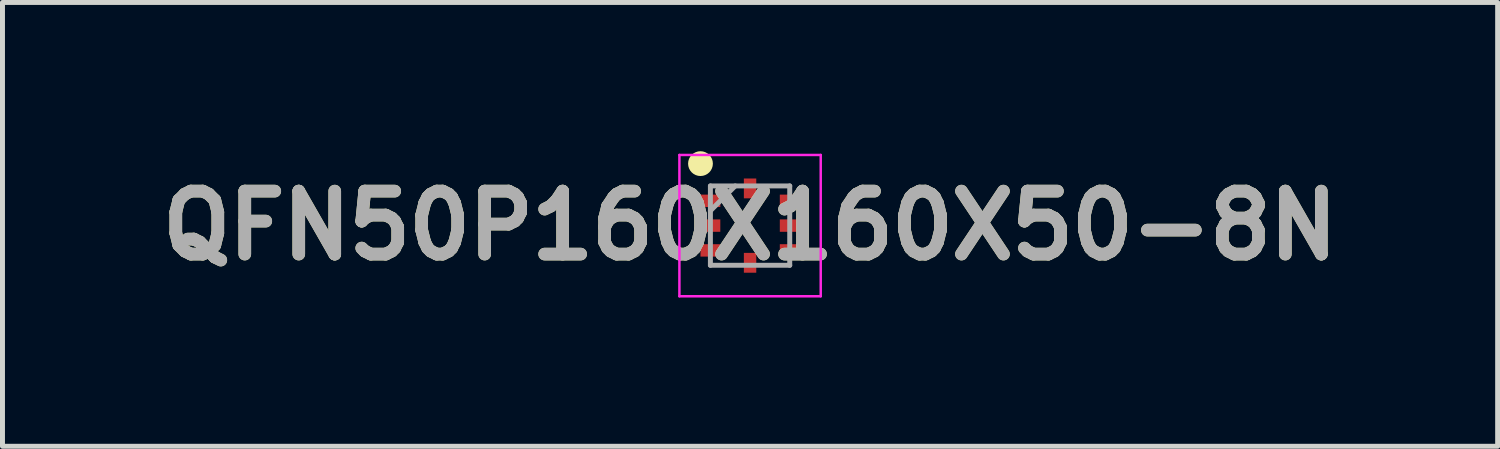
<source format=kicad_pcb>
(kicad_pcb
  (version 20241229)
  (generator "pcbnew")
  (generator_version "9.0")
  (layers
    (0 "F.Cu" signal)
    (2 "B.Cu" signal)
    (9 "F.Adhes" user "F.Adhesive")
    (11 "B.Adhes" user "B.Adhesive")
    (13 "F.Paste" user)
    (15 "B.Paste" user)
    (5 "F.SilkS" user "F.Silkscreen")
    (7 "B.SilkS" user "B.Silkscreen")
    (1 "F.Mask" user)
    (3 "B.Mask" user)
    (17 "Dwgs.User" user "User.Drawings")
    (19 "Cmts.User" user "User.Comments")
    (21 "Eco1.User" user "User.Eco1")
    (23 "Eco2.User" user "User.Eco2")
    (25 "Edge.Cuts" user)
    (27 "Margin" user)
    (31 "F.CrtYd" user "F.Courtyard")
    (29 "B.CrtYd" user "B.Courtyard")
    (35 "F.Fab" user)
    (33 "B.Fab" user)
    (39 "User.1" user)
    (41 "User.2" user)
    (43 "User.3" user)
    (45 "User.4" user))
  (footprint "QFN50P160X160X50-8N"
    (layer "F.Cu")
    (at 12.077 1.5)
    (property "Reference" "QFN50P160X160X50-8N" (at 0 0 0) (layer "F.SilkS") (effects (font (size 1.27 1.27) (thickness 0.254))))
    (attr smd)
    (fp_circle (center -1 -1.25) (end -1 -1.125) (stroke (width 0.25) (type solid)) (fill no) (layer "F.SilkS"))
    (fp_line (start -1.425 -1.425) (end 1.425 -1.425) (stroke (width 0.05) (type solid)) (layer "F.CrtYd"))
    (fp_line (start -1.425 1.425) (end -1.425 -1.425) (stroke (width 0.05) (type solid)) (layer "F.CrtYd"))
    (fp_line (start 1.425 -1.425) (end 1.425 1.425) (stroke (width 0.05) (type solid)) (layer "F.CrtYd"))
    (fp_line (start 1.425 1.425) (end -1.425 1.425) (stroke (width 0.05) (type solid)) (layer "F.CrtYd"))
    (fp_line (start -0.8 -0.8) (end 0.8 -0.8) (stroke (width 0.1) (type solid)) (layer "F.Fab"))
    (fp_line (start -0.8 -0.3) (end -0.3 -0.8) (stroke (width 0.1) (type solid)) (layer "F.Fab"))
    (fp_line (start -0.8 0.8) (end -0.8 -0.8) (stroke (width 0.1) (type solid)) (layer "F.Fab"))
    (fp_line (start 0.8 -0.8) (end 0.8 0.8) (stroke (width 0.1) (type solid)) (layer "F.Fab"))
    (fp_line (start 0.8 0.8) (end -0.8 0.8) (stroke (width 0.1) (type solid)) (layer "F.Fab"))
    (fp_text user "${REFERENCE}" (at 0 0 0) (layer "F.Fab") (effects (font (size 1.27 1.27) (thickness 0.254))))
    (pad "1" smd rect (at -0.8 -0.5 90) (size 0.25 0.4) (layers "F.Cu" "F.Mask" "F.Paste"))
    (pad "2" smd rect (at -0.8 0 90) (size 0.25 0.4) (layers "F.Cu" "F.Mask" "F.Paste"))
    (pad "3" smd rect (at -0.8 0.5 90) (size 0.25 0.4) (layers "F.Cu" "F.Mask" "F.Paste"))
    (pad "4" smd rect (at 0 0.75) (size 0.25 0.4) (layers "F.Cu" "F.Mask" "F.Paste"))
    (pad "5" smd rect (at 0.8 0.5 90) (size 0.25 0.4) (layers "F.Cu" "F.Mask" "F.Paste"))
    (pad "6" smd rect (at 0.8 0 90) (size 0.25 0.4) (layers "F.Cu" "F.Mask" "F.Paste"))
    (pad "7" smd rect (at 0.8 -0.5 90) (size 0.25 0.4) (layers "F.Cu" "F.Mask" "F.Paste"))
    (pad "8" smd rect (at 0 -0.75) (size 0.25 0.4) (layers "F.Cu" "F.Mask" "F.Paste")))
  (gr_rect
    (start -3 -3)
    (end 27.154 5.95)
    (stroke (width 0.1) (type default))
    (fill no)
    (layer "Edge.Cuts")))
</source>
